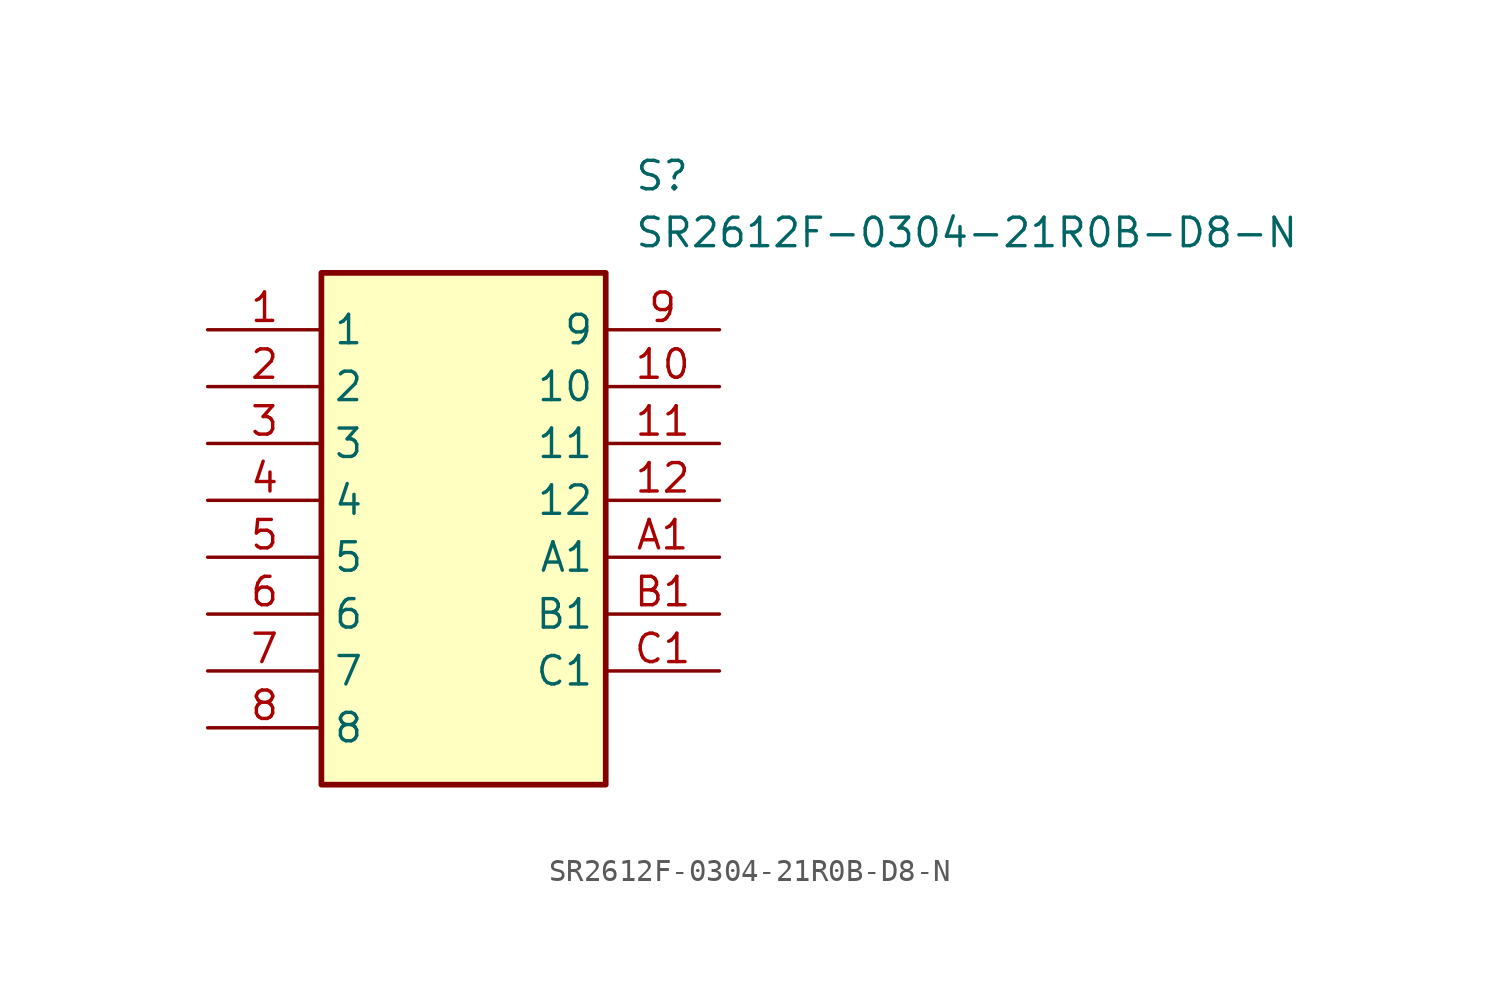
<source format=kicad_sym>
(kicad_symbol_lib
  (version 20211014)
  (generator SamacSys_ECAD_Model)
  (symbol "SR2612F-0304-21R0B-D8-N"
    (property "Reference" "S"
      (at 19.05 7.62 0)
      (effects (font (size 1.27 1.27)) (justify left top)))
    (property "Value" "SR2612F-0304-21R0B-D8-N"
      (at 19.05 5.08 0)
      (effects (font (size 1.27 1.27)) (justify left top)))
    (rectangle
      (start 5.08 2.54)
      (end 17.78 -20.32)
      (stroke (width 0.254) (type default))
      (fill (type background)))
    (pin passive line
      (at 0 0 0)
      (length 5.08)
      (name "1" (effects (font (size 1.27 1.27))))
      (number "1" (effects (font (size 1.27 1.27)))))
    (pin passive line
      (at 0 -2.54 0)
      (length 5.08)
      (name "2" (effects (font (size 1.27 1.27))))
      (number "2" (effects (font (size 1.27 1.27)))))
    (pin passive line
      (at 0 -5.08 0)
      (length 5.08)
      (name "3" (effects (font (size 1.27 1.27))))
      (number "3" (effects (font (size 1.27 1.27)))))
    (pin passive line
      (at 0 -7.62 0)
      (length 5.08)
      (name "4" (effects (font (size 1.27 1.27))))
      (number "4" (effects (font (size 1.27 1.27)))))
    (pin passive line
      (at 0 -10.16 0)
      (length 5.08)
      (name "5" (effects (font (size 1.27 1.27))))
      (number "5" (effects (font (size 1.27 1.27)))))
    (pin passive line
      (at 0 -12.7 0)
      (length 5.08)
      (name "6" (effects (font (size 1.27 1.27))))
      (number "6" (effects (font (size 1.27 1.27)))))
    (pin passive line
      (at 0 -15.24 0)
      (length 5.08)
      (name "7" (effects (font (size 1.27 1.27))))
      (number "7" (effects (font (size 1.27 1.27)))))
    (pin passive line
      (at 0 -17.78 0)
      (length 5.08)
      (name "8" (effects (font (size 1.27 1.27))))
      (number "8" (effects (font (size 1.27 1.27)))))
    (pin passive line
      (at 22.86 0 180)
      (length 5.08)
      (name "9" (effects (font (size 1.27 1.27))))
      (number "9" (effects (font (size 1.27 1.27)))))
    (pin passive line
      (at 22.86 -2.54 180)
      (length 5.08)
      (name "10" (effects (font (size 1.27 1.27))))
      (number "10" (effects (font (size 1.27 1.27)))))
    (pin passive line
      (at 22.86 -5.08 180)
      (length 5.08)
      (name "11" (effects (font (size 1.27 1.27))))
      (number "11" (effects (font (size 1.27 1.27)))))
    (pin passive line
      (at 22.86 -7.62 180)
      (length 5.08)
      (name "12" (effects (font (size 1.27 1.27))))
      (number "12" (effects (font (size 1.27 1.27)))))
    (pin passive line
      (at 22.86 -10.16 180)
      (length 5.08)
      (name "A1" (effects (font (size 1.27 1.27))))
      (number "A1" (effects (font (size 1.27 1.27)))))
    (pin passive line
      (at 22.86 -12.7 180)
      (length 5.08)
      (name "B1" (effects (font (size 1.27 1.27))))
      (number "B1" (effects (font (size 1.27 1.27)))))
    (pin passive line
      (at 22.86 -15.24 180)
      (length 5.08)
      (name "C1" (effects (font (size 1.27 1.27))))
      (number "C1" (effects (font (size 1.27 1.27)))))))
</source>
